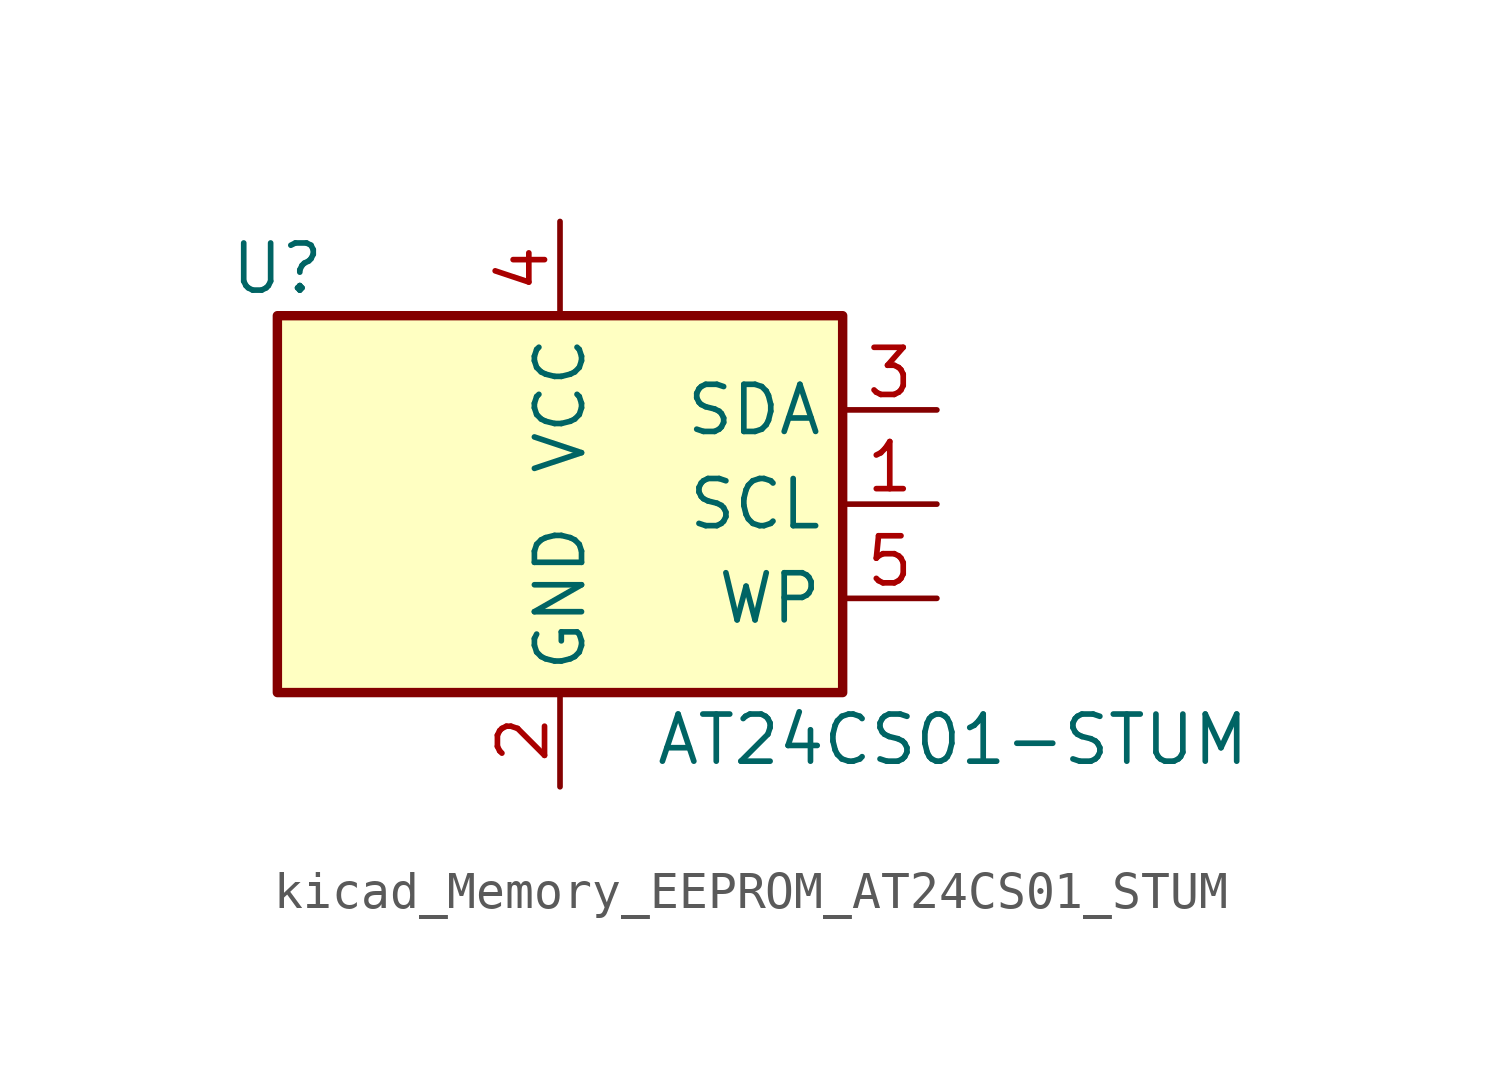
<source format=kicad_sym>
(kicad_symbol_lib
  (version 20220914)
  (generator kicad_symbol_editor)
  (symbol "kicad_Memory_EEPROM_AT24CS01_STUM"
    (property "Reference" "U"
      (at -7.62 6.35 0)
      (effects (font (size 1.27 1.27))))
    (property "Value" "AT24CS01-STUM"
      (at 2.54 -6.35 0)
      (effects (font (size 1.27 1.27)) (justify left)))
    (symbol "kicad_Memory_EEPROM_AT24CS01_STUM_1_1"
      (rectangle (start -7.62 5.08) (end 7.62 -5.08) (stroke (width 0.254) (type default)) (fill (type background)))
      (pin input line (at 10.16 0 180) (length 2.54) (name "SCL" (effects (font (size 1.27 1.27)))) (number "1" (effects (font (size 1.27 1.27)))))
      (pin power_in line (at 0 -7.62 90) (length 2.54) (name "GND" (effects (font (size 1.27 1.27)))) (number "2" (effects (font (size 1.27 1.27)))))
      (pin bidirectional line (at 10.16 2.54 180) (length 2.54) (name "SDA" (effects (font (size 1.27 1.27)))) (number "3" (effects (font (size 1.27 1.27)))))
      (pin power_in line (at 0 7.62 270) (length 2.54) (name "VCC" (effects (font (size 1.27 1.27)))) (number "4" (effects (font (size 1.27 1.27)))))
      (pin input line (at 10.16 -2.54 180) (length 2.54) (name "WP" (effects (font (size 1.27 1.27)))) (number "5" (effects (font (size 1.27 1.27))))))))
</source>
